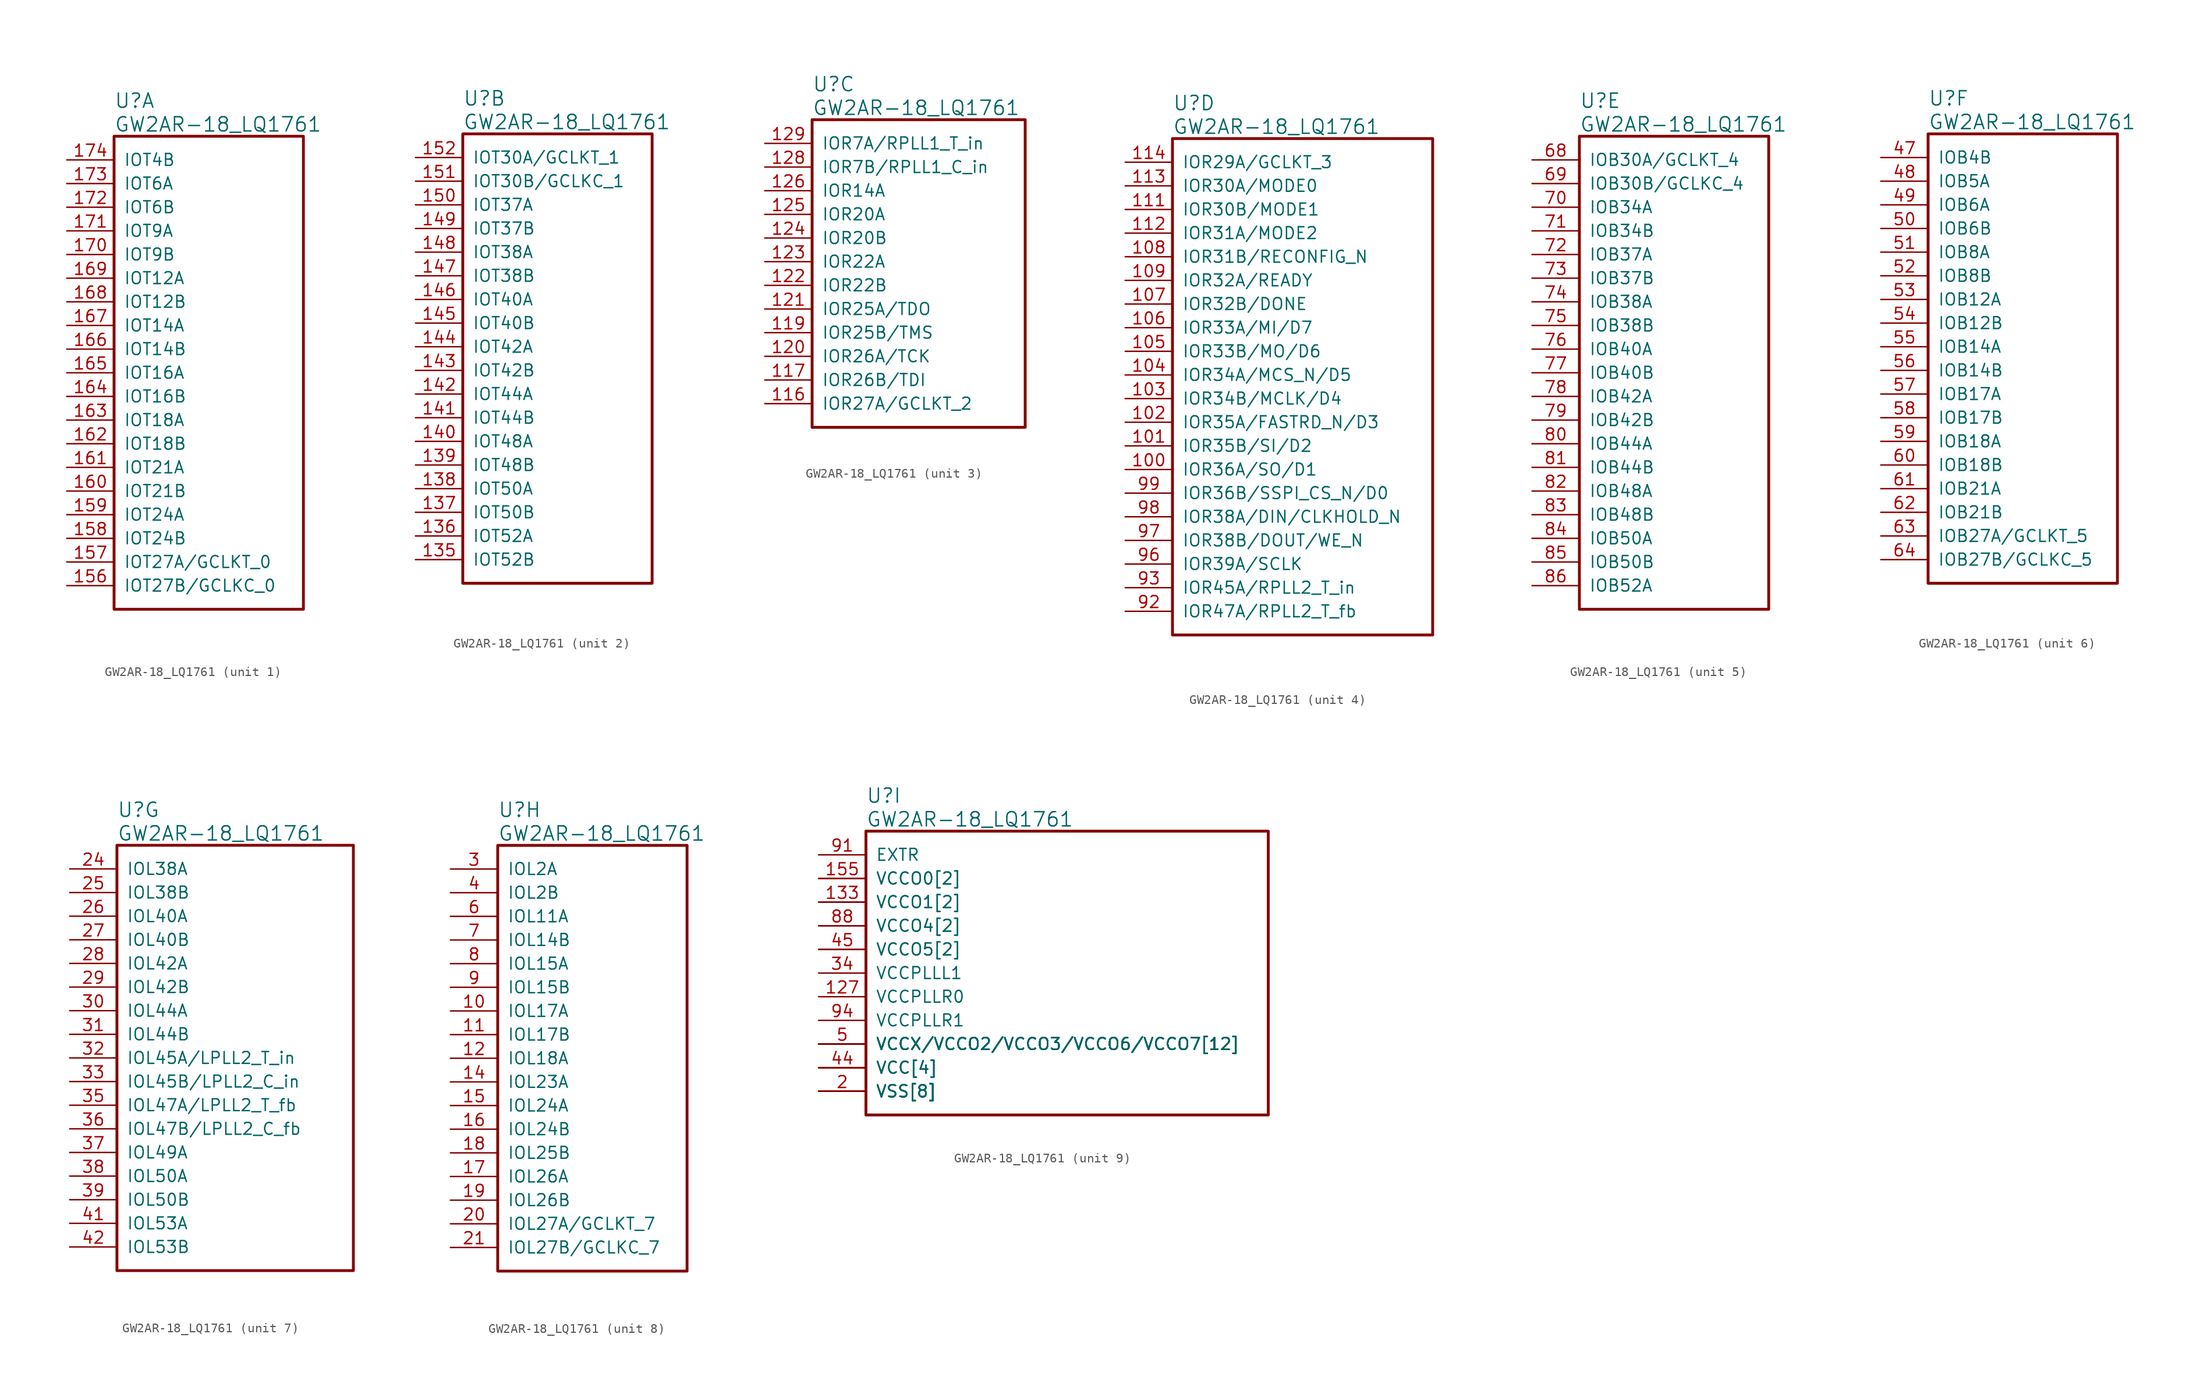
<source format=kicad_sym>
(kicad_symbol_lib
  (version 20211014)
  (generator kicad_symbol_editor)
  (symbol "GW2AR-18_LQ1761"
    (pin_names
      (offset 1.016))
    (property "Reference" "U"
      (at 5.08 6.35 0)
      (effects (font (size 1.524 1.524)) (justify left)))
    (property "Value" "GW2AR-18_LQ1761"
      (at 5.08 3.81 0)
      (effects (font (size 1.524 1.524)) (justify left)))
    (property "ki_locked" ""
      (at 0 0 0)
      (effects (font (size 1.27 1.27))))
    (symbol "GW2AR-18_LQ1761_1_1"
      (rectangle (start 5.08 2.54) (end 25.4 -48.26) (stroke (width 0.305) (type default) (color 0 0 0 0)) (fill (type none)))
      (pin bidirectional line (at 0 -45.72 0) (length 5.08) (name "IOT27B/GCLKC_0" (effects (font (size 1.27 1.27)))) (number "156" (effects (font (size 1.27 1.27)))))
      (pin bidirectional line (at 0 -43.18 0) (length 5.08) (name "IOT27A/GCLKT_0" (effects (font (size 1.27 1.27)))) (number "157" (effects (font (size 1.27 1.27)))))
      (pin bidirectional line (at 0 -40.64 0) (length 5.08) (name "IOT24B" (effects (font (size 1.27 1.27)))) (number "158" (effects (font (size 1.27 1.27)))))
      (pin bidirectional line (at 0 -38.1 0) (length 5.08) (name "IOT24A" (effects (font (size 1.27 1.27)))) (number "159" (effects (font (size 1.27 1.27)))))
      (pin bidirectional line (at 0 -35.56 0) (length 5.08) (name "IOT21B" (effects (font (size 1.27 1.27)))) (number "160" (effects (font (size 1.27 1.27)))))
      (pin bidirectional line (at 0 -33.02 0) (length 5.08) (name "IOT21A" (effects (font (size 1.27 1.27)))) (number "161" (effects (font (size 1.27 1.27)))))
      (pin bidirectional line (at 0 -30.48 0) (length 5.08) (name "IOT18B" (effects (font (size 1.27 1.27)))) (number "162" (effects (font (size 1.27 1.27)))))
      (pin bidirectional line (at 0 -27.94 0) (length 5.08) (name "IOT18A" (effects (font (size 1.27 1.27)))) (number "163" (effects (font (size 1.27 1.27)))))
      (pin bidirectional line (at 0 -25.4 0) (length 5.08) (name "IOT16B" (effects (font (size 1.27 1.27)))) (number "164" (effects (font (size 1.27 1.27)))))
      (pin bidirectional line (at 0 -22.86 0) (length 5.08) (name "IOT16A" (effects (font (size 1.27 1.27)))) (number "165" (effects (font (size 1.27 1.27)))))
      (pin bidirectional line (at 0 -20.32 0) (length 5.08) (name "IOT14B" (effects (font (size 1.27 1.27)))) (number "166" (effects (font (size 1.27 1.27)))))
      (pin bidirectional line (at 0 -17.78 0) (length 5.08) (name "IOT14A" (effects (font (size 1.27 1.27)))) (number "167" (effects (font (size 1.27 1.27)))))
      (pin bidirectional line (at 0 -15.24 0) (length 5.08) (name "IOT12B" (effects (font (size 1.27 1.27)))) (number "168" (effects (font (size 1.27 1.27)))))
      (pin bidirectional line (at 0 -12.7 0) (length 5.08) (name "IOT12A" (effects (font (size 1.27 1.27)))) (number "169" (effects (font (size 1.27 1.27)))))
      (pin bidirectional line (at 0 -10.16 0) (length 5.08) (name "IOT9B" (effects (font (size 1.27 1.27)))) (number "170" (effects (font (size 1.27 1.27)))))
      (pin bidirectional line (at 0 -7.62 0) (length 5.08) (name "IOT9A" (effects (font (size 1.27 1.27)))) (number "171" (effects (font (size 1.27 1.27)))))
      (pin bidirectional line (at 0 -5.08 0) (length 5.08) (name "IOT6B" (effects (font (size 1.27 1.27)))) (number "172" (effects (font (size 1.27 1.27)))))
      (pin bidirectional line (at 0 -2.54 0) (length 5.08) (name "IOT6A" (effects (font (size 1.27 1.27)))) (number "173" (effects (font (size 1.27 1.27)))))
      (pin bidirectional line (at 0 0 0) (length 5.08) (name "IOT4B" (effects (font (size 1.27 1.27)))) (number "174" (effects (font (size 1.27 1.27))))))
    (symbol "GW2AR-18_LQ1761_2_1"
      (rectangle (start 5.08 2.54) (end 25.4 -45.72) (stroke (width 0.305) (type default) (color 0 0 0 0)) (fill (type none)))
      (pin bidirectional line (at 0 -43.18 0) (length 5.08) (name "IOT52B" (effects (font (size 1.27 1.27)))) (number "135" (effects (font (size 1.27 1.27)))))
      (pin bidirectional line (at 0 -40.64 0) (length 5.08) (name "IOT52A" (effects (font (size 1.27 1.27)))) (number "136" (effects (font (size 1.27 1.27)))))
      (pin bidirectional line (at 0 -38.1 0) (length 5.08) (name "IOT50B" (effects (font (size 1.27 1.27)))) (number "137" (effects (font (size 1.27 1.27)))))
      (pin bidirectional line (at 0 -35.56 0) (length 5.08) (name "IOT50A" (effects (font (size 1.27 1.27)))) (number "138" (effects (font (size 1.27 1.27)))))
      (pin bidirectional line (at 0 -33.02 0) (length 5.08) (name "IOT48B" (effects (font (size 1.27 1.27)))) (number "139" (effects (font (size 1.27 1.27)))))
      (pin bidirectional line (at 0 -30.48 0) (length 5.08) (name "IOT48A" (effects (font (size 1.27 1.27)))) (number "140" (effects (font (size 1.27 1.27)))))
      (pin bidirectional line (at 0 -27.94 0) (length 5.08) (name "IOT44B" (effects (font (size 1.27 1.27)))) (number "141" (effects (font (size 1.27 1.27)))))
      (pin bidirectional line (at 0 -25.4 0) (length 5.08) (name "IOT44A" (effects (font (size 1.27 1.27)))) (number "142" (effects (font (size 1.27 1.27)))))
      (pin bidirectional line (at 0 -22.86 0) (length 5.08) (name "IOT42B" (effects (font (size 1.27 1.27)))) (number "143" (effects (font (size 1.27 1.27)))))
      (pin bidirectional line (at 0 -20.32 0) (length 5.08) (name "IOT42A" (effects (font (size 1.27 1.27)))) (number "144" (effects (font (size 1.27 1.27)))))
      (pin bidirectional line (at 0 -17.78 0) (length 5.08) (name "IOT40B" (effects (font (size 1.27 1.27)))) (number "145" (effects (font (size 1.27 1.27)))))
      (pin bidirectional line (at 0 -15.24 0) (length 5.08) (name "IOT40A" (effects (font (size 1.27 1.27)))) (number "146" (effects (font (size 1.27 1.27)))))
      (pin bidirectional line (at 0 -12.7 0) (length 5.08) (name "IOT38B" (effects (font (size 1.27 1.27)))) (number "147" (effects (font (size 1.27 1.27)))))
      (pin bidirectional line (at 0 -10.16 0) (length 5.08) (name "IOT38A" (effects (font (size 1.27 1.27)))) (number "148" (effects (font (size 1.27 1.27)))))
      (pin bidirectional line (at 0 -7.62 0) (length 5.08) (name "IOT37B" (effects (font (size 1.27 1.27)))) (number "149" (effects (font (size 1.27 1.27)))))
      (pin bidirectional line (at 0 -5.08 0) (length 5.08) (name "IOT37A" (effects (font (size 1.27 1.27)))) (number "150" (effects (font (size 1.27 1.27)))))
      (pin bidirectional line (at 0 -2.54 0) (length 5.08) (name "IOT30B/GCLKC_1" (effects (font (size 1.27 1.27)))) (number "151" (effects (font (size 1.27 1.27)))))
      (pin bidirectional line (at 0 0 0) (length 5.08) (name "IOT30A/GCLKT_1" (effects (font (size 1.27 1.27)))) (number "152" (effects (font (size 1.27 1.27))))))
    (symbol "GW2AR-18_LQ1761_3_1"
      (rectangle (start 5.08 2.54) (end 27.94 -30.48) (stroke (width 0.305) (type default) (color 0 0 0 0)) (fill (type none)))
      (pin bidirectional line (at 0 -27.94 0) (length 5.08) (name "IOR27A/GCLKT_2" (effects (font (size 1.27 1.27)))) (number "116" (effects (font (size 1.27 1.27)))))
      (pin bidirectional line (at 0 -25.4 0) (length 5.08) (name "IOR26B/TDI" (effects (font (size 1.27 1.27)))) (number "117" (effects (font (size 1.27 1.27)))))
      (pin bidirectional line (at 0 -20.32 0) (length 5.08) (name "IOR25B/TMS" (effects (font (size 1.27 1.27)))) (number "119" (effects (font (size 1.27 1.27)))))
      (pin bidirectional line (at 0 -22.86 0) (length 5.08) (name "IOR26A/TCK" (effects (font (size 1.27 1.27)))) (number "120" (effects (font (size 1.27 1.27)))))
      (pin bidirectional line (at 0 -17.78 0) (length 5.08) (name "IOR25A/TDO" (effects (font (size 1.27 1.27)))) (number "121" (effects (font (size 1.27 1.27)))))
      (pin bidirectional line (at 0 -15.24 0) (length 5.08) (name "IOR22B" (effects (font (size 1.27 1.27)))) (number "122" (effects (font (size 1.27 1.27)))))
      (pin bidirectional line (at 0 -12.7 0) (length 5.08) (name "IOR22A" (effects (font (size 1.27 1.27)))) (number "123" (effects (font (size 1.27 1.27)))))
      (pin bidirectional line (at 0 -10.16 0) (length 5.08) (name "IOR20B" (effects (font (size 1.27 1.27)))) (number "124" (effects (font (size 1.27 1.27)))))
      (pin bidirectional line (at 0 -7.62 0) (length 5.08) (name "IOR20A" (effects (font (size 1.27 1.27)))) (number "125" (effects (font (size 1.27 1.27)))))
      (pin bidirectional line (at 0 -5.08 0) (length 5.08) (name "IOR14A" (effects (font (size 1.27 1.27)))) (number "126" (effects (font (size 1.27 1.27)))))
      (pin bidirectional line (at 0 -2.54 0) (length 5.08) (name "IOR7B/RPLL1_C_in" (effects (font (size 1.27 1.27)))) (number "128" (effects (font (size 1.27 1.27)))))
      (pin bidirectional line (at 0 0 0) (length 5.08) (name "IOR7A/RPLL1_T_in" (effects (font (size 1.27 1.27)))) (number "129" (effects (font (size 1.27 1.27))))))
    (symbol "GW2AR-18_LQ1761_4_1"
      (rectangle (start 5.08 2.54) (end 33.02 -50.8) (stroke (width 0.305) (type default) (color 0 0 0 0)) (fill (type none)))
      (pin bidirectional line (at 0 -33.02 0) (length 5.08) (name "IOR36A/SO/D1" (effects (font (size 1.27 1.27)))) (number "100" (effects (font (size 1.27 1.27)))))
      (pin bidirectional line (at 0 -30.48 0) (length 5.08) (name "IOR35B/SI/D2" (effects (font (size 1.27 1.27)))) (number "101" (effects (font (size 1.27 1.27)))))
      (pin bidirectional line (at 0 -27.94 0) (length 5.08) (name "IOR35A/FASTRD_N/D3" (effects (font (size 1.27 1.27)))) (number "102" (effects (font (size 1.27 1.27)))))
      (pin bidirectional line (at 0 -25.4 0) (length 5.08) (name "IOR34B/MCLK/D4" (effects (font (size 1.27 1.27)))) (number "103" (effects (font (size 1.27 1.27)))))
      (pin bidirectional line (at 0 -22.86 0) (length 5.08) (name "IOR34A/MCS_N/D5" (effects (font (size 1.27 1.27)))) (number "104" (effects (font (size 1.27 1.27)))))
      (pin bidirectional line (at 0 -20.32 0) (length 5.08) (name "IOR33B/MO/D6" (effects (font (size 1.27 1.27)))) (number "105" (effects (font (size 1.27 1.27)))))
      (pin bidirectional line (at 0 -17.78 0) (length 5.08) (name "IOR33A/MI/D7" (effects (font (size 1.27 1.27)))) (number "106" (effects (font (size 1.27 1.27)))))
      (pin bidirectional line (at 0 -15.24 0) (length 5.08) (name "IOR32B/DONE" (effects (font (size 1.27 1.27)))) (number "107" (effects (font (size 1.27 1.27)))))
      (pin bidirectional line (at 0 -10.16 0) (length 5.08) (name "IOR31B/RECONFIG_N" (effects (font (size 1.27 1.27)))) (number "108" (effects (font (size 1.27 1.27)))))
      (pin bidirectional line (at 0 -12.7 0) (length 5.08) (name "IOR32A/READY" (effects (font (size 1.27 1.27)))) (number "109" (effects (font (size 1.27 1.27)))))
      (pin bidirectional line (at 0 -5.08 0) (length 5.08) (name "IOR30B/MODE1" (effects (font (size 1.27 1.27)))) (number "111" (effects (font (size 1.27 1.27)))))
      (pin bidirectional line (at 0 -7.62 0) (length 5.08) (name "IOR31A/MODE2" (effects (font (size 1.27 1.27)))) (number "112" (effects (font (size 1.27 1.27)))))
      (pin bidirectional line (at 0 -2.54 0) (length 5.08) (name "IOR30A/MODE0" (effects (font (size 1.27 1.27)))) (number "113" (effects (font (size 1.27 1.27)))))
      (pin bidirectional line (at 0 0 0) (length 5.08) (name "IOR29A/GCLKT_3" (effects (font (size 1.27 1.27)))) (number "114" (effects (font (size 1.27 1.27)))))
      (pin bidirectional line (at 0 -48.26 0) (length 5.08) (name "IOR47A/RPLL2_T_fb" (effects (font (size 1.27 1.27)))) (number "92" (effects (font (size 1.27 1.27)))))
      (pin bidirectional line (at 0 -45.72 0) (length 5.08) (name "IOR45A/RPLL2_T_in" (effects (font (size 1.27 1.27)))) (number "93" (effects (font (size 1.27 1.27)))))
      (pin bidirectional line (at 0 -43.18 0) (length 5.08) (name "IOR39A/SCLK" (effects (font (size 1.27 1.27)))) (number "96" (effects (font (size 1.27 1.27)))))
      (pin bidirectional line (at 0 -40.64 0) (length 5.08) (name "IOR38B/DOUT/WE_N" (effects (font (size 1.27 1.27)))) (number "97" (effects (font (size 1.27 1.27)))))
      (pin bidirectional line (at 0 -38.1 0) (length 5.08) (name "IOR38A/DIN/CLKHOLD_N" (effects (font (size 1.27 1.27)))) (number "98" (effects (font (size 1.27 1.27)))))
      (pin bidirectional line (at 0 -35.56 0) (length 5.08) (name "IOR36B/SSPI_CS_N/D0" (effects (font (size 1.27 1.27)))) (number "99" (effects (font (size 1.27 1.27))))))
    (symbol "GW2AR-18_LQ1761_5_1"
      (rectangle (start 5.08 2.54) (end 25.4 -48.26) (stroke (width 0.305) (type default) (color 0 0 0 0)) (fill (type none)))
      (pin bidirectional line (at 0 0 0) (length 5.08) (name "IOB30A/GCLKT_4" (effects (font (size 1.27 1.27)))) (number "68" (effects (font (size 1.27 1.27)))))
      (pin bidirectional line (at 0 -2.54 0) (length 5.08) (name "IOB30B/GCLKC_4" (effects (font (size 1.27 1.27)))) (number "69" (effects (font (size 1.27 1.27)))))
      (pin bidirectional line (at 0 -5.08 0) (length 5.08) (name "IOB34A" (effects (font (size 1.27 1.27)))) (number "70" (effects (font (size 1.27 1.27)))))
      (pin bidirectional line (at 0 -7.62 0) (length 5.08) (name "IOB34B" (effects (font (size 1.27 1.27)))) (number "71" (effects (font (size 1.27 1.27)))))
      (pin bidirectional line (at 0 -10.16 0) (length 5.08) (name "IOB37A" (effects (font (size 1.27 1.27)))) (number "72" (effects (font (size 1.27 1.27)))))
      (pin bidirectional line (at 0 -12.7 0) (length 5.08) (name "IOB37B" (effects (font (size 1.27 1.27)))) (number "73" (effects (font (size 1.27 1.27)))))
      (pin bidirectional line (at 0 -15.24 0) (length 5.08) (name "IOB38A" (effects (font (size 1.27 1.27)))) (number "74" (effects (font (size 1.27 1.27)))))
      (pin bidirectional line (at 0 -17.78 0) (length 5.08) (name "IOB38B" (effects (font (size 1.27 1.27)))) (number "75" (effects (font (size 1.27 1.27)))))
      (pin bidirectional line (at 0 -20.32 0) (length 5.08) (name "IOB40A" (effects (font (size 1.27 1.27)))) (number "76" (effects (font (size 1.27 1.27)))))
      (pin bidirectional line (at 0 -22.86 0) (length 5.08) (name "IOB40B" (effects (font (size 1.27 1.27)))) (number "77" (effects (font (size 1.27 1.27)))))
      (pin bidirectional line (at 0 -25.4 0) (length 5.08) (name "IOB42A" (effects (font (size 1.27 1.27)))) (number "78" (effects (font (size 1.27 1.27)))))
      (pin bidirectional line (at 0 -27.94 0) (length 5.08) (name "IOB42B" (effects (font (size 1.27 1.27)))) (number "79" (effects (font (size 1.27 1.27)))))
      (pin bidirectional line (at 0 -30.48 0) (length 5.08) (name "IOB44A" (effects (font (size 1.27 1.27)))) (number "80" (effects (font (size 1.27 1.27)))))
      (pin bidirectional line (at 0 -33.02 0) (length 5.08) (name "IOB44B" (effects (font (size 1.27 1.27)))) (number "81" (effects (font (size 1.27 1.27)))))
      (pin bidirectional line (at 0 -35.56 0) (length 5.08) (name "IOB48A" (effects (font (size 1.27 1.27)))) (number "82" (effects (font (size 1.27 1.27)))))
      (pin bidirectional line (at 0 -38.1 0) (length 5.08) (name "IOB48B" (effects (font (size 1.27 1.27)))) (number "83" (effects (font (size 1.27 1.27)))))
      (pin bidirectional line (at 0 -40.64 0) (length 5.08) (name "IOB50A" (effects (font (size 1.27 1.27)))) (number "84" (effects (font (size 1.27 1.27)))))
      (pin bidirectional line (at 0 -43.18 0) (length 5.08) (name "IOB50B" (effects (font (size 1.27 1.27)))) (number "85" (effects (font (size 1.27 1.27)))))
      (pin bidirectional line (at 0 -45.72 0) (length 5.08) (name "IOB52A" (effects (font (size 1.27 1.27)))) (number "86" (effects (font (size 1.27 1.27))))))
    (symbol "GW2AR-18_LQ1761_6_1"
      (rectangle (start 5.08 2.54) (end 25.4 -45.72) (stroke (width 0.305) (type default) (color 0 0 0 0)) (fill (type none)))
      (pin bidirectional line (at 0 0 0) (length 5.08) (name "IOB4B" (effects (font (size 1.27 1.27)))) (number "47" (effects (font (size 1.27 1.27)))))
      (pin bidirectional line (at 0 -2.54 0) (length 5.08) (name "IOB5A" (effects (font (size 1.27 1.27)))) (number "48" (effects (font (size 1.27 1.27)))))
      (pin bidirectional line (at 0 -5.08 0) (length 5.08) (name "IOB6A" (effects (font (size 1.27 1.27)))) (number "49" (effects (font (size 1.27 1.27)))))
      (pin bidirectional line (at 0 -7.62 0) (length 5.08) (name "IOB6B" (effects (font (size 1.27 1.27)))) (number "50" (effects (font (size 1.27 1.27)))))
      (pin bidirectional line (at 0 -10.16 0) (length 5.08) (name "IOB8A" (effects (font (size 1.27 1.27)))) (number "51" (effects (font (size 1.27 1.27)))))
      (pin bidirectional line (at 0 -12.7 0) (length 5.08) (name "IOB8B" (effects (font (size 1.27 1.27)))) (number "52" (effects (font (size 1.27 1.27)))))
      (pin bidirectional line (at 0 -15.24 0) (length 5.08) (name "IOB12A" (effects (font (size 1.27 1.27)))) (number "53" (effects (font (size 1.27 1.27)))))
      (pin bidirectional line (at 0 -17.78 0) (length 5.08) (name "IOB12B" (effects (font (size 1.27 1.27)))) (number "54" (effects (font (size 1.27 1.27)))))
      (pin bidirectional line (at 0 -20.32 0) (length 5.08) (name "IOB14A" (effects (font (size 1.27 1.27)))) (number "55" (effects (font (size 1.27 1.27)))))
      (pin bidirectional line (at 0 -22.86 0) (length 5.08) (name "IOB14B" (effects (font (size 1.27 1.27)))) (number "56" (effects (font (size 1.27 1.27)))))
      (pin bidirectional line (at 0 -25.4 0) (length 5.08) (name "IOB17A" (effects (font (size 1.27 1.27)))) (number "57" (effects (font (size 1.27 1.27)))))
      (pin bidirectional line (at 0 -27.94 0) (length 5.08) (name "IOB17B" (effects (font (size 1.27 1.27)))) (number "58" (effects (font (size 1.27 1.27)))))
      (pin bidirectional line (at 0 -30.48 0) (length 5.08) (name "IOB18A" (effects (font (size 1.27 1.27)))) (number "59" (effects (font (size 1.27 1.27)))))
      (pin bidirectional line (at 0 -33.02 0) (length 5.08) (name "IOB18B" (effects (font (size 1.27 1.27)))) (number "60" (effects (font (size 1.27 1.27)))))
      (pin bidirectional line (at 0 -35.56 0) (length 5.08) (name "IOB21A" (effects (font (size 1.27 1.27)))) (number "61" (effects (font (size 1.27 1.27)))))
      (pin bidirectional line (at 0 -38.1 0) (length 5.08) (name "IOB21B" (effects (font (size 1.27 1.27)))) (number "62" (effects (font (size 1.27 1.27)))))
      (pin bidirectional line (at 0 -40.64 0) (length 5.08) (name "IOB27A/GCLKT_5" (effects (font (size 1.27 1.27)))) (number "63" (effects (font (size 1.27 1.27)))))
      (pin bidirectional line (at 0 -43.18 0) (length 5.08) (name "IOB27B/GCLKC_5" (effects (font (size 1.27 1.27)))) (number "64" (effects (font (size 1.27 1.27))))))
    (symbol "GW2AR-18_LQ1761_7_1"
      (rectangle (start 5.08 2.54) (end 30.48 -43.18) (stroke (width 0.305) (type default) (color 0 0 0 0)) (fill (type none)))
      (pin bidirectional line (at 0 0 0) (length 5.08) (name "IOL38A" (effects (font (size 1.27 1.27)))) (number "24" (effects (font (size 1.27 1.27)))))
      (pin bidirectional line (at 0 -2.54 0) (length 5.08) (name "IOL38B" (effects (font (size 1.27 1.27)))) (number "25" (effects (font (size 1.27 1.27)))))
      (pin bidirectional line (at 0 -5.08 0) (length 5.08) (name "IOL40A" (effects (font (size 1.27 1.27)))) (number "26" (effects (font (size 1.27 1.27)))))
      (pin bidirectional line (at 0 -7.62 0) (length 5.08) (name "IOL40B" (effects (font (size 1.27 1.27)))) (number "27" (effects (font (size 1.27 1.27)))))
      (pin bidirectional line (at 0 -10.16 0) (length 5.08) (name "IOL42A" (effects (font (size 1.27 1.27)))) (number "28" (effects (font (size 1.27 1.27)))))
      (pin bidirectional line (at 0 -12.7 0) (length 5.08) (name "IOL42B" (effects (font (size 1.27 1.27)))) (number "29" (effects (font (size 1.27 1.27)))))
      (pin bidirectional line (at 0 -15.24 0) (length 5.08) (name "IOL44A" (effects (font (size 1.27 1.27)))) (number "30" (effects (font (size 1.27 1.27)))))
      (pin bidirectional line (at 0 -17.78 0) (length 5.08) (name "IOL44B" (effects (font (size 1.27 1.27)))) (number "31" (effects (font (size 1.27 1.27)))))
      (pin bidirectional line (at 0 -20.32 0) (length 5.08) (name "IOL45A/LPLL2_T_in" (effects (font (size 1.27 1.27)))) (number "32" (effects (font (size 1.27 1.27)))))
      (pin bidirectional line (at 0 -22.86 0) (length 5.08) (name "IOL45B/LPLL2_C_in" (effects (font (size 1.27 1.27)))) (number "33" (effects (font (size 1.27 1.27)))))
      (pin bidirectional line (at 0 -25.4 0) (length 5.08) (name "IOL47A/LPLL2_T_fb" (effects (font (size 1.27 1.27)))) (number "35" (effects (font (size 1.27 1.27)))))
      (pin bidirectional line (at 0 -27.94 0) (length 5.08) (name "IOL47B/LPLL2_C_fb" (effects (font (size 1.27 1.27)))) (number "36" (effects (font (size 1.27 1.27)))))
      (pin bidirectional line (at 0 -30.48 0) (length 5.08) (name "IOL49A" (effects (font (size 1.27 1.27)))) (number "37" (effects (font (size 1.27 1.27)))))
      (pin bidirectional line (at 0 -33.02 0) (length 5.08) (name "IOL50A" (effects (font (size 1.27 1.27)))) (number "38" (effects (font (size 1.27 1.27)))))
      (pin bidirectional line (at 0 -35.56 0) (length 5.08) (name "IOL50B" (effects (font (size 1.27 1.27)))) (number "39" (effects (font (size 1.27 1.27)))))
      (pin bidirectional line (at 0 -38.1 0) (length 5.08) (name "IOL53A" (effects (font (size 1.27 1.27)))) (number "41" (effects (font (size 1.27 1.27)))))
      (pin bidirectional line (at 0 -40.64 0) (length 5.08) (name "IOL53B" (effects (font (size 1.27 1.27)))) (number "42" (effects (font (size 1.27 1.27))))))
    (symbol "GW2AR-18_LQ1761_8_1"
      (rectangle (start 5.08 2.54) (end 25.4 -43.18) (stroke (width 0.305) (type default) (color 0 0 0 0)) (fill (type none)))
      (pin bidirectional line (at 0 -15.24 0) (length 5.08) (name "IOL17A" (effects (font (size 1.27 1.27)))) (number "10" (effects (font (size 1.27 1.27)))))
      (pin bidirectional line (at 0 -17.78 0) (length 5.08) (name "IOL17B" (effects (font (size 1.27 1.27)))) (number "11" (effects (font (size 1.27 1.27)))))
      (pin bidirectional line (at 0 -20.32 0) (length 5.08) (name "IOL18A" (effects (font (size 1.27 1.27)))) (number "12" (effects (font (size 1.27 1.27)))))
      (pin bidirectional line (at 0 -22.86 0) (length 5.08) (name "IOL23A" (effects (font (size 1.27 1.27)))) (number "14" (effects (font (size 1.27 1.27)))))
      (pin bidirectional line (at 0 -25.4 0) (length 5.08) (name "IOL24A" (effects (font (size 1.27 1.27)))) (number "15" (effects (font (size 1.27 1.27)))))
      (pin bidirectional line (at 0 -27.94 0) (length 5.08) (name "IOL24B" (effects (font (size 1.27 1.27)))) (number "16" (effects (font (size 1.27 1.27)))))
      (pin bidirectional line (at 0 -33.02 0) (length 5.08) (name "IOL26A" (effects (font (size 1.27 1.27)))) (number "17" (effects (font (size 1.27 1.27)))))
      (pin bidirectional line (at 0 -30.48 0) (length 5.08) (name "IOL25B" (effects (font (size 1.27 1.27)))) (number "18" (effects (font (size 1.27 1.27)))))
      (pin bidirectional line (at 0 -35.56 0) (length 5.08) (name "IOL26B" (effects (font (size 1.27 1.27)))) (number "19" (effects (font (size 1.27 1.27)))))
      (pin bidirectional line (at 0 -38.1 0) (length 5.08) (name "IOL27A/GCLKT_7" (effects (font (size 1.27 1.27)))) (number "20" (effects (font (size 1.27 1.27)))))
      (pin bidirectional line (at 0 -40.64 0) (length 5.08) (name "IOL27B/GCLKC_7" (effects (font (size 1.27 1.27)))) (number "21" (effects (font (size 1.27 1.27)))))
      (pin bidirectional line (at 0 0 0) (length 5.08) (name "IOL2A" (effects (font (size 1.27 1.27)))) (number "3" (effects (font (size 1.27 1.27)))))
      (pin bidirectional line (at 0 -2.54 0) (length 5.08) (name "IOL2B" (effects (font (size 1.27 1.27)))) (number "4" (effects (font (size 1.27 1.27)))))
      (pin bidirectional line (at 0 -5.08 0) (length 5.08) (name "IOL11A" (effects (font (size 1.27 1.27)))) (number "6" (effects (font (size 1.27 1.27)))))
      (pin bidirectional line (at 0 -7.62 0) (length 5.08) (name "IOL14B" (effects (font (size 1.27 1.27)))) (number "7" (effects (font (size 1.27 1.27)))))
      (pin bidirectional line (at 0 -10.16 0) (length 5.08) (name "IOL15A" (effects (font (size 1.27 1.27)))) (number "8" (effects (font (size 1.27 1.27)))))
      (pin bidirectional line (at 0 -12.7 0) (length 5.08) (name "IOL15B" (effects (font (size 1.27 1.27)))) (number "9" (effects (font (size 1.27 1.27))))))
    (symbol "GW2AR-18_LQ1761_9_1"
      (rectangle (start 5.08 2.54) (end 48.26 -27.94) (stroke (width 0.305) (type default) (color 0 0 0 0)) (fill (type none)))
      (pin power_in line (at 0 -22.86 0) (length 5.08) (name "VCC[4]" (effects (font (size 1.27 1.27)))) (number "1" (effects (font (size 0 0)))))
      (pin power_in line (at 0 -20.32 0) (length 5.08) (name "VCCX/VCCO2/VCCO3/VCCO6/VCCO7[12]" (effects (font (size 1.27 1.27)))) (number "110" (effects (font (size 0 0)))))
      (pin power_in line (at 0 -20.32 0) (length 5.08) (name "VCCX/VCCO2/VCCO3/VCCO6/VCCO7[12]" (effects (font (size 1.27 1.27)))) (number "115" (effects (font (size 0 0)))))
      (pin power_in line (at 0 -20.32 0) (length 5.08) (name "VCCX/VCCO2/VCCO3/VCCO6/VCCO7[12]" (effects (font (size 1.27 1.27)))) (number "118" (effects (font (size 0 0)))))
      (pin power_in line (at 0 -15.24 0) (length 5.08) (name "VCCPLLR0" (effects (font (size 1.27 1.27)))) (number "127" (effects (font (size 1.27 1.27)))))
      (pin power_in line (at 0 -20.32 0) (length 5.08) (name "VCCX/VCCO2/VCCO3/VCCO6/VCCO7[12]" (effects (font (size 1.27 1.27)))) (number "13" (effects (font (size 0 0)))))
      (pin power_in line (at 0 -20.32 0) (length 5.08) (name "VCCX/VCCO2/VCCO3/VCCO6/VCCO7[12]" (effects (font (size 1.27 1.27)))) (number "130" (effects (font (size 0 0)))))
      (pin power_in line (at 0 -25.4 0) (length 5.08) (name "VSS[8]" (effects (font (size 1.27 1.27)))) (number "131" (effects (font (size 0 0)))))
      (pin power_in line (at 0 -22.86 0) (length 5.08) (name "VCC[4]" (effects (font (size 1.27 1.27)))) (number "132" (effects (font (size 0 0)))))
      (pin power_in line (at 0 -5.08 0) (length 5.08) (name "VCCO1[2]" (effects (font (size 1.27 1.27)))) (number "133" (effects (font (size 1.27 1.27)))))
      (pin power_in line (at 0 -25.4 0) (length 5.08) (name "VSS[8]" (effects (font (size 1.27 1.27)))) (number "134" (effects (font (size 0 0)))))
      (pin power_in line (at 0 -5.08 0) (length 5.08) (name "VCCO1[2]" (effects (font (size 1.27 1.27)))) (number "153" (effects (font (size 0 0)))))
      (pin power_in line (at 0 -20.32 0) (length 5.08) (name "VCCX/VCCO2/VCCO3/VCCO6/VCCO7[12]" (effects (font (size 1.27 1.27)))) (number "154" (effects (font (size 0 0)))))
      (pin power_in line (at 0 -2.54 0) (length 5.08) (name "VCCO0[2]" (effects (font (size 1.27 1.27)))) (number "155" (effects (font (size 1.27 1.27)))))
      (pin power_in line (at 0 -25.4 0) (length 5.08) (name "VSS[8]" (effects (font (size 1.27 1.27)))) (number "175" (effects (font (size 0 0)))))
      (pin power_in line (at 0 -2.54 0) (length 5.08) (name "VCCO0[2]" (effects (font (size 1.27 1.27)))) (number "176" (effects (font (size 0 0)))))
      (pin power_in line (at 0 -25.4 0) (length 5.08) (name "VSS[8]" (effects (font (size 1.27 1.27)))) (number "2" (effects (font (size 1.27 1.27)))))
      (pin power_in line (at 0 -20.32 0) (length 5.08) (name "VCCX/VCCO2/VCCO3/VCCO6/VCCO7[12]" (effects (font (size 1.27 1.27)))) (number "22" (effects (font (size 0 0)))))
      (pin power_in line (at 0 -20.32 0) (length 5.08) (name "VCCX/VCCO2/VCCO3/VCCO6/VCCO7[12]" (effects (font (size 1.27 1.27)))) (number "23" (effects (font (size 0 0)))))
      (pin power_in line (at 0 -12.7 0) (length 5.08) (name "VCCPLLL1" (effects (font (size 1.27 1.27)))) (number "34" (effects (font (size 1.27 1.27)))))
      (pin power_in line (at 0 -20.32 0) (length 5.08) (name "VCCX/VCCO2/VCCO3/VCCO6/VCCO7[12]" (effects (font (size 1.27 1.27)))) (number "40" (effects (font (size 0 0)))))
      (pin power_in line (at 0 -25.4 0) (length 5.08) (name "VSS[8]" (effects (font (size 1.27 1.27)))) (number "43" (effects (font (size 0 0)))))
      (pin power_in line (at 0 -22.86 0) (length 5.08) (name "VCC[4]" (effects (font (size 1.27 1.27)))) (number "44" (effects (font (size 1.27 1.27)))))
      (pin power_in line (at 0 -10.16 0) (length 5.08) (name "VCCO5[2]" (effects (font (size 1.27 1.27)))) (number "45" (effects (font (size 1.27 1.27)))))
      (pin power_in line (at 0 -25.4 0) (length 5.08) (name "VSS[8]" (effects (font (size 1.27 1.27)))) (number "46" (effects (font (size 0 0)))))
      (pin power_in line (at 0 -20.32 0) (length 5.08) (name "VCCX/VCCO2/VCCO3/VCCO6/VCCO7[12]" (effects (font (size 1.27 1.27)))) (number "5" (effects (font (size 1.27 1.27)))))
      (pin power_in line (at 0 -10.16 0) (length 5.08) (name "VCCO5[2]" (effects (font (size 1.27 1.27)))) (number "65" (effects (font (size 0 0)))))
      (pin power_in line (at 0 -20.32 0) (length 5.08) (name "VCCX/VCCO2/VCCO3/VCCO6/VCCO7[12]" (effects (font (size 1.27 1.27)))) (number "66" (effects (font (size 0 0)))))
      (pin power_in line (at 0 -7.62 0) (length 5.08) (name "VCCO4[2]" (effects (font (size 1.27 1.27)))) (number "67" (effects (font (size 0 0)))))
      (pin power_in line (at 0 -25.4 0) (length 5.08) (name "VSS[8]" (effects (font (size 1.27 1.27)))) (number "87" (effects (font (size 0 0)))))
      (pin power_in line (at 0 -7.62 0) (length 5.08) (name "VCCO4[2]" (effects (font (size 1.27 1.27)))) (number "88" (effects (font (size 1.27 1.27)))))
      (pin power_in line (at 0 -22.86 0) (length 5.08) (name "VCC[4]" (effects (font (size 1.27 1.27)))) (number "89" (effects (font (size 0 0)))))
      (pin power_in line (at 0 -25.4 0) (length 5.08) (name "VSS[8]" (effects (font (size 1.27 1.27)))) (number "90" (effects (font (size 0 0)))))
      (pin power_in line (at 0 0 0) (length 5.08) (name "EXTR" (effects (font (size 1.27 1.27)))) (number "91" (effects (font (size 1.27 1.27)))))
      (pin power_in line (at 0 -17.78 0) (length 5.08) (name "VCCPLLR1" (effects (font (size 1.27 1.27)))) (number "94" (effects (font (size 1.27 1.27)))))
      (pin power_in line (at 0 -20.32 0) (length 5.08) (name "VCCX/VCCO2/VCCO3/VCCO6/VCCO7[12]" (effects (font (size 1.27 1.27)))) (number "95" (effects (font (size 0 0))))))))
</source>
